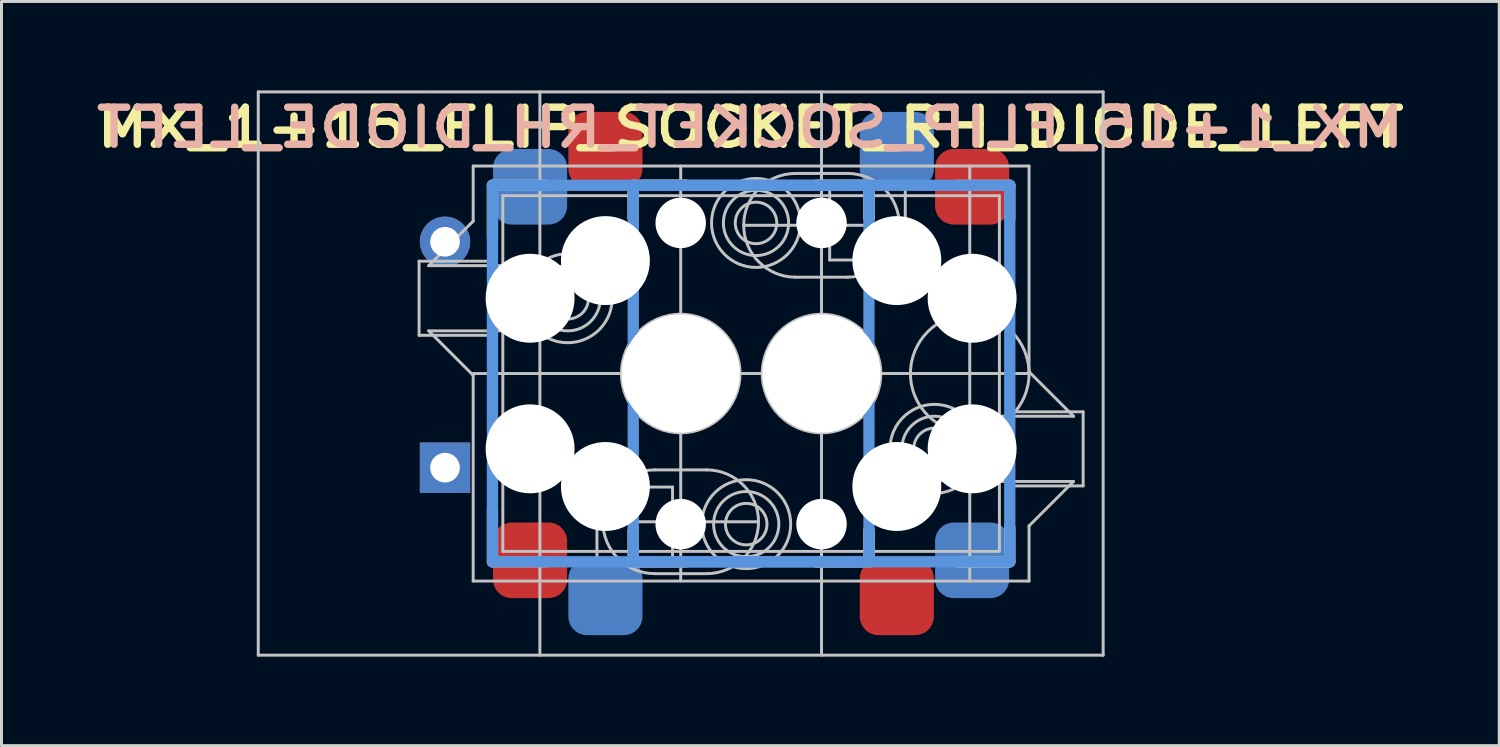
<source format=kicad_pcb>
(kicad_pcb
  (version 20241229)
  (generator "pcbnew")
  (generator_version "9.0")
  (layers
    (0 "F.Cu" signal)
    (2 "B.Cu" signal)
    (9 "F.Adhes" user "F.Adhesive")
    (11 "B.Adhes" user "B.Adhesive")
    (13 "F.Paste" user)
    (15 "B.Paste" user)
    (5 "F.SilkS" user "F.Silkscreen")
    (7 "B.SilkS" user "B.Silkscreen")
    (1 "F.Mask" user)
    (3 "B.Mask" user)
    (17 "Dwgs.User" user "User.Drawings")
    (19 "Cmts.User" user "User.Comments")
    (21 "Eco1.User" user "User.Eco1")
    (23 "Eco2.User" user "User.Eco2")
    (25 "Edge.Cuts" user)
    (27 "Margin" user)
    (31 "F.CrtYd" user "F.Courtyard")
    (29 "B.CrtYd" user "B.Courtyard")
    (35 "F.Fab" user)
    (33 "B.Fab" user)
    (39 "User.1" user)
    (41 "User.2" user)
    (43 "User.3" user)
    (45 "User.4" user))
  (footprint "MX_1+15_FLIP_SOCKET_RH_DIODE_LEFT"
    (layer "F.Cu")
    (at 19.911 9.55)
    (property "Reference" "MX_1+15_FLIP_SOCKET_RH_DIODE_LEFT" (at 2.35 -8.3 180) (layer "F.SilkS") (effects (font (size 1.25 1.5) (thickness 0.25))))
    (attr through_hole)
    (fp_line (start -6.35 -6.35) (end -4.572 -6.35) (stroke (width 0.381) (type solid)) (layer "F.SilkS"))
    (fp_line (start -6.35 -4.572) (end -6.35 -6.35) (stroke (width 0.381) (type solid)) (layer "F.SilkS"))
    (fp_line (start -1.6 -5.25) (end -1.6 -6.1) (stroke (width 0.381) (type solid)) (layer "F.SilkS"))
    (fp_line (start -1.6 6.35) (end -1.6 5.3) (stroke (width 0.381) (type solid)) (layer "F.SilkS"))
    (fp_line (start -1.25 -6.35) (end 0.178 -6.35) (stroke (width 0.381) (type solid)) (layer "F.SilkS"))
    (fp_line (start 0.178 6.35) (end -1.6 6.35) (stroke (width 0.381) (type solid)) (layer "F.SilkS"))
    (fp_line (start 4.572 -6.35) (end 6.35 -6.35) (stroke (width 0.381) (type solid)) (layer "F.SilkS"))
    (fp_line (start 6 6.35) (end 4.572 6.35) (stroke (width 0.381) (type solid)) (layer "F.SilkS"))
    (fp_line (start 6.35 -6.35) (end 6.35 -5.25) (stroke (width 0.381) (type solid)) (layer "F.SilkS"))
    (fp_line (start 6.35 5.3) (end 6.35 6.1) (stroke (width 0.381) (type solid)) (layer "F.SilkS"))
    (fp_line (start 11.1 5.2) (end 11.1 6.35) (stroke (width 0.381) (type solid)) (layer "F.SilkS"))
    (fp_line (start 11.1 6.35) (end 9.322 6.35) (stroke (width 0.381) (type solid)) (layer "F.SilkS"))
    (fp_line (start -6.35 6.35) (end -6.35 4.572) (stroke (width 0.381) (type solid)) (layer "B.SilkS"))
    (fp_line (start -4.572 6.35) (end -6.35 6.35) (stroke (width 0.381) (type solid)) (layer "B.SilkS"))
    (fp_line (start -1.6 -6.35) (end 0.178 -6.35) (stroke (width 0.381) (type solid)) (layer "B.SilkS"))
    (fp_line (start -1.6 -5.25) (end -1.6 -6.35) (stroke (width 0.381) (type solid)) (layer "B.SilkS"))
    (fp_line (start -1.6 6.1) (end -1.6 5.3) (stroke (width 0.381) (type solid)) (layer "B.SilkS"))
    (fp_line (start 0.178 6.35) (end -1.25 6.35) (stroke (width 0.381) (type solid)) (layer "B.SilkS"))
    (fp_line (start 4.572 -6.35) (end 6 -6.35) (stroke (width 0.381) (type solid)) (layer "B.SilkS"))
    (fp_line (start 6.35 -6.1) (end 6.35 -5.25) (stroke (width 0.381) (type solid)) (layer "B.SilkS"))
    (fp_line (start 6.35 5.3) (end 6.35 6.35) (stroke (width 0.381) (type solid)) (layer "B.SilkS"))
    (fp_line (start 6.35 6.35) (end 4.572 6.35) (stroke (width 0.381) (type solid)) (layer "B.SilkS"))
    (fp_line (start 9.322 -6.35) (end 11.1 -6.35) (stroke (width 0.381) (type solid)) (layer "B.SilkS"))
    (fp_line (start 11.1 -6.35) (end 11.1 -5.2) (stroke (width 0.381) (type solid)) (layer "B.SilkS"))
    (fp_line (start -14.25 -9.5) (end -14.25 9.5) (stroke (width 0.1) (type solid)) (layer "Dwgs.User"))
    (fp_line (start -14.25 9.5) (end 14.25 9.5) (stroke (width 0.1) (type solid)) (layer "Dwgs.User"))
    (fp_line (start -8.825 -3.79) (end -8.825 -1.29) (stroke (width 0.1) (type solid)) (layer "Dwgs.User"))
    (fp_line (start -8.825 -1.29) (end -6.275 -1.29) (stroke (width 0.1) (type solid)) (layer "Dwgs.User"))
    (fp_line (start -8.5 -3.64) (end -7 -5.14) (stroke (width 0.1) (type solid)) (layer "Dwgs.User"))
    (fp_line (start -8.5 -3.64) (end -6 -3.64) (stroke (width 0.1) (type solid)) (layer "Dwgs.User"))
    (fp_line (start -7 -5.14) (end -7 -7) (stroke (width 0.1) (type solid)) (layer "Dwgs.User"))
    (fp_line (start -7 0.06) (end -8.5 -1.44) (stroke (width 0.1) (type solid)) (layer "Dwgs.User"))
    (fp_line (start -7 7) (end -7 0.06) (stroke (width 0.1) (type solid)) (layer "Dwgs.User"))
    (fp_line (start -7 7) (end 11.75 7) (stroke (width 0.1) (type solid)) (layer "Dwgs.User"))
    (fp_line (start -6.275 -3.79) (end -8.825 -3.79) (stroke (width 0.1) (type solid)) (layer "Dwgs.User"))
    (fp_line (start -6.275 -1.29) (end -6.275 -3.79) (stroke (width 0.1) (type solid)) (layer "Dwgs.User"))
    (fp_line (start -6 -3.64) (end -6 -6) (stroke (width 0.1) (type solid)) (layer "Dwgs.User"))
    (fp_line (start -6 -1.44) (end -8.5 -1.44) (stroke (width 0.1) (type solid)) (layer "Dwgs.User"))
    (fp_line (start -6 6) (end -6 -1.44) (stroke (width 0.1) (type solid)) (layer "Dwgs.User"))
    (fp_line (start -4.75 -9.5) (end -4.75 9.5) (stroke (width 0.1) (type solid)) (layer "Dwgs.User"))
    (fp_line (start -2.825 3.83) (end -2.825 6.33) (stroke (width 0.1) (type solid)) (layer "Dwgs.User"))
    (fp_line (start -2.825 6.33) (end -0.275 6.33) (stroke (width 0.1) (type solid)) (layer "Dwgs.User"))
    (fp_line (start -0.275 3.83) (end -2.825 3.83) (stroke (width 0.1) (type solid)) (layer "Dwgs.User"))
    (fp_line (start -0.275 6.33) (end -0.275 3.83) (stroke (width 0.1) (type solid)) (layer "Dwgs.User"))
    (fp_line (start 0 7) (end 0 -7) (stroke (width 0.1) (type solid)) (layer "Dwgs.User"))
    (fp_line (start 0.875 3.25) (end -0.875 3.25) (stroke (width 0.1) (type solid)) (layer "Dwgs.User"))
    (fp_line (start 0.875 6.75) (end -0.875 6.75) (stroke (width 0.1) (type solid)) (layer "Dwgs.User"))
    (fp_line (start 2.125 -5) (end 7.375 -5) (stroke (width 0.1) (type solid)) (layer "Dwgs.User"))
    (fp_line (start 2.625 5) (end -2.625 5) (stroke (width 0.1) (type solid)) (layer "Dwgs.User"))
    (fp_line (start 3.875 -6.75) (end 5.625 -6.75) (stroke (width 0.1) (type solid)) (layer "Dwgs.User"))
    (fp_line (start 3.875 -3.25) (end 5.625 -3.25) (stroke (width 0.1) (type solid)) (layer "Dwgs.User"))
    (fp_line (start 4.75 -9.5) (end 4.75 9.5) (stroke (width 0.1) (type solid)) (layer "Dwgs.User"))
    (fp_line (start 4.75 7) (end 4.75 -7) (stroke (width 0.1) (type solid)) (layer "Dwgs.User"))
    (fp_line (start 5.025 -6.33) (end 5.025 -3.83) (stroke (width 0.1) (type solid)) (layer "Dwgs.User"))
    (fp_line (start 5.025 -3.83) (end 7.575 -3.83) (stroke (width 0.1) (type solid)) (layer "Dwgs.User"))
    (fp_line (start 7.575 -6.33) (end 5.025 -6.33) (stroke (width 0.1) (type solid)) (layer "Dwgs.User"))
    (fp_line (start 7.575 -3.83) (end 7.575 -6.33) (stroke (width 0.1) (type solid)) (layer "Dwgs.User"))
    (fp_line (start 9.75 -7) (end 9.75 7) (stroke (width 0.1) (type solid)) (layer "Dwgs.User"))
    (fp_line (start 10.75 -6) (end -6 -6) (stroke (width 0.1) (type solid)) (layer "Dwgs.User"))
    (fp_line (start 10.75 -6) (end 10.75 1.44) (stroke (width 0.1) (type solid)) (layer "Dwgs.User"))
    (fp_line (start 10.75 1.44) (end 13.25 1.44) (stroke (width 0.1) (type solid)) (layer "Dwgs.User"))
    (fp_line (start 10.75 3.64) (end 10.75 6) (stroke (width 0.1) (type solid)) (layer "Dwgs.User"))
    (fp_line (start 10.75 6) (end -6 6) (stroke (width 0.1) (type solid)) (layer "Dwgs.User"))
    (fp_line (start 11.025 1.29) (end 11.025 3.79) (stroke (width 0.1) (type solid)) (layer "Dwgs.User"))
    (fp_line (start 11.025 3.79) (end 13.575 3.79) (stroke (width 0.1) (type solid)) (layer "Dwgs.User"))
    (fp_line (start 11.75 -7) (end -7 -7) (stroke (width 0.1) (type solid)) (layer "Dwgs.User"))
    (fp_line (start 11.75 -7) (end 11.75 -0.06) (stroke (width 0.1) (type solid)) (layer "Dwgs.User"))
    (fp_line (start 11.75 -0.06) (end 13.25 1.44) (stroke (width 0.1) (type solid)) (layer "Dwgs.User"))
    (fp_line (start 11.75 0) (end -7 0) (stroke (width 0.1) (type solid)) (layer "Dwgs.User"))
    (fp_line (start 11.75 0) (end -4.75 0) (stroke (width 0.1) (type solid)) (layer "Dwgs.User"))
    (fp_line (start 11.75 5.14) (end 11.75 7) (stroke (width 0.1) (type solid)) (layer "Dwgs.User"))
    (fp_line (start 13.25 3.64) (end 10.75 3.64) (stroke (width 0.1) (type solid)) (layer "Dwgs.User"))
    (fp_line (start 13.25 3.64) (end 11.75 5.14) (stroke (width 0.1) (type solid)) (layer "Dwgs.User"))
    (fp_line (start 13.575 1.29) (end 11.025 1.29) (stroke (width 0.1) (type solid)) (layer "Dwgs.User"))
    (fp_line (start 13.575 3.79) (end 13.575 1.29) (stroke (width 0.1) (type solid)) (layer "Dwgs.User"))
    (fp_line (start 14.25 -9.5) (end -14.25 -9.5) (stroke (width 0.1) (type solid)) (layer "Dwgs.User"))
    (fp_line (start 14.25 9.5) (end 14.25 -9.5) (stroke (width 0.1) (type solid)) (layer "Dwgs.User"))
    (fp_arc (start -0.875 6.75) (mid -2.625 5) (end -0.875 3.25) (stroke (width 0.1) (type solid)) (layer "Dwgs.User"))
    (fp_arc (start 0.875 3.25) (mid 2.625 5) (end 0.875 6.75) (stroke (width 0.1) (type solid)) (layer "Dwgs.User"))
    (fp_arc (start 3.875 -3.25) (mid 2.125 -5) (end 3.875 -6.75) (stroke (width 0.1) (type solid)) (layer "Dwgs.User"))
    (fp_arc (start 5.625 -6.75) (mid 7.375 -5) (end 5.625 -3.25) (stroke (width 0.1) (type solid)) (layer "Dwgs.User"))
    (fp_circle (center -3.81 -2.54) (end -3.81 -1.84) (stroke (width 0.1) (type solid)) (fill no) (layer "Dwgs.User"))
    (fp_circle (center -3.81 -2.54) (end -3.81 -1.44) (stroke (width 0.1) (type solid)) (fill no) (layer "Dwgs.User"))
    (fp_circle (center -3.81 -2.54) (end -3.81 -1.04) (stroke (width 0.1) (type solid)) (fill no) (layer "Dwgs.User"))
    (fp_circle (center 0 0) (end 0 2) (stroke (width 0.1) (type solid)) (fill no) (layer "Dwgs.User"))
    (fp_circle (center 2.21 5.08) (end 2.21 5.78) (stroke (width 0.1) (type solid)) (fill no) (layer "Dwgs.User"))
    (fp_circle (center 2.21 5.08) (end 2.21 6.18) (stroke (width 0.1) (type solid)) (fill no) (layer "Dwgs.User"))
    (fp_circle (center 2.21 5.08) (end 2.21 6.58) (stroke (width 0.1) (type solid)) (fill no) (layer "Dwgs.User"))
    (fp_circle (center 2.54 -5.08) (end 2.54 -4.38) (stroke (width 0.1) (type solid)) (fill no) (layer "Dwgs.User"))
    (fp_circle (center 2.54 -5.08) (end 2.54 -3.98) (stroke (width 0.1) (type solid)) (fill no) (layer "Dwgs.User"))
    (fp_circle (center 2.54 -5.08) (end 2.54 -3.58) (stroke (width 0.1) (type solid)) (fill no) (layer "Dwgs.User"))
    (fp_circle (center 4.75 0) (end 4.75 2) (stroke (width 0.1) (type solid)) (fill no) (layer "Dwgs.User"))
    (fp_circle (center 8.56 2.54) (end 8.56 3.24) (stroke (width 0.1) (type solid)) (fill no) (layer "Dwgs.User"))
    (fp_circle (center 8.56 2.54) (end 8.56 3.64) (stroke (width 0.1) (type solid)) (fill no) (layer "Dwgs.User"))
    (fp_circle (center 8.56 2.54) (end 8.56 4.04) (stroke (width 0.1) (type solid)) (fill no) (layer "Dwgs.User"))
    (fp_circle (center 9.75 0) (end 9.75 2) (stroke (width 0.1) (type solid)) (fill no) (layer "Dwgs.User"))
    (fp_line (start -6.35 -6.35) (end 6.35 -6.35) (stroke (width 0.381) (type solid)) (layer "Cmts.User"))
    (fp_line (start -6.35 6.35) (end -6.35 -6.35) (stroke (width 0.381) (type solid)) (layer "Cmts.User"))
    (fp_line (start -1.6 -6.35) (end 11.1 -6.35) (stroke (width 0.381) (type solid)) (layer "Cmts.User"))
    (fp_line (start -1.6 6.35) (end -1.6 -6.35) (stroke (width 0.381) (type solid)) (layer "Cmts.User"))
    (fp_line (start 6.35 -6.35) (end 6.35 6.35) (stroke (width 0.381) (type solid)) (layer "Cmts.User"))
    (fp_line (start 6.35 6.35) (end -6.35 6.35) (stroke (width 0.381) (type solid)) (layer "Cmts.User"))
    (fp_line (start 11.1 -6.35) (end 11.1 6.35) (stroke (width 0.381) (type solid)) (layer "Cmts.User"))
    (fp_line (start 11.1 6.35) (end -1.6 6.35) (stroke (width 0.381) (type solid)) (layer "Cmts.User"))
    (fp_line (start -4.75 -9.5) (end 14.25 -9.5) (stroke (width 0.025) (type solid)) (layer "Eco2.User"))
    (fp_line (start -4.75 9.5) (end -4.75 -9.5) (stroke (width 0.025) (type solid)) (layer "Eco2.User"))
    (fp_line (start -2.25 -7) (end 11.75 -7) (stroke (width 0.025) (type solid)) (layer "Eco2.User"))
    (fp_line (start -2.25 7) (end -2.25 -7) (stroke (width 0.025) (type solid)) (layer "Eco2.User"))
    (fp_line (start -2.25 7) (end 11.75 7) (stroke (width 0.025) (type solid)) (layer "Eco2.User"))
    (fp_line (start 11.75 -7) (end 11.75 7) (stroke (width 0.025) (type solid)) (layer "Eco2.User"))
    (fp_line (start 14.25 -9.5) (end 14.25 9.5) (stroke (width 0.025) (type solid)) (layer "Eco2.User"))
    (fp_line (start 14.25 9.5) (end -4.75 9.5) (stroke (width 0.025) (type solid)) (layer "Eco2.User"))
    (fp_text user "${REFERENCE}" (at 2.35 -8.3 0) (layer "B.SilkS") (effects (font (size 1.25 1.5) (thickness 0.25)) (justify mirror)))
    (pad "" np_thru_hole circle (at -5.08 -2.54 90) (size 3 3) (drill 3) (layers "*.Cu" "*.Mask"))
    (pad "" np_thru_hole circle (at -5.08 2.54 90) (size 3 3) (drill 3) (layers "*.Cu" "*.Mask"))
    (pad "" np_thru_hole circle (at -2.54 -3.81 90) (size 3 3) (drill 3) (layers "*.Cu" "*.Mask"))
    (pad "" np_thru_hole circle (at -2.54 3.81 90) (size 3 3) (drill 3) (layers "*.Cu" "*.Mask"))
    (pad "" np_thru_hole circle (at 0 -5.08 90) (size 1.702 1.702) (drill 1.702) (layers "*.Cu" "*.Mask"))
    (pad "" np_thru_hole circle (at 0 0 90) (size 3.988 3.988) (drill 3.988) (layers "*.Cu" "*.Mask"))
    (pad "" np_thru_hole circle (at 0 5.08 90) (size 1.702 1.702) (drill 1.702) (layers "*.Cu" "*.Mask"))
    (pad "" np_thru_hole circle (at 4.75 -5.08 270) (size 1.702 1.702) (drill 1.702) (layers "*.Cu" "*.Mask"))
    (pad "" np_thru_hole circle (at 4.75 0 270) (size 3.988 3.988) (drill 3.988) (layers "*.Cu" "*.Mask"))
    (pad "" np_thru_hole circle (at 4.75 5.08 270) (size 1.702 1.702) (drill 1.702) (layers "*.Cu" "*.Mask"))
    (pad "" np_thru_hole circle (at 7.29 -3.81 270) (size 3 3) (drill 3) (layers "*.Cu" "*.Mask"))
    (pad "" np_thru_hole circle (at 7.29 3.81 270) (size 3 3) (drill 3) (layers "*.Cu" "*.Mask"))
    (pad "" np_thru_hole circle (at 9.83 -2.54 270) (size 3 3) (drill 3) (layers "*.Cu" "*.Mask"))
    (pad "" np_thru_hole circle (at 9.83 2.54 270) (size 3 3) (drill 3) (layers "*.Cu" "*.Mask"))
    (pad "1" smd roundrect (at -5.08 6.3 90) (size 2.55 2.5) (layers "F.Cu" "F.Mask" "F.Paste") (roundrect_rratio 0.25))
    (pad "1" smd roundrect (at -2.54 7.55 90) (size 2.55 2.5) (layers "B.Cu" "B.Mask" "B.Paste") (roundrect_rratio 0.25))
    (pad "1" smd roundrect (at 7.29 7.55 270) (size 2.55 2.5) (layers "F.Cu" "F.Mask" "F.Paste") (roundrect_rratio 0.25))
    (pad "1" smd roundrect (at 9.83 6.3 270) (size 2.55 2.5) (layers "B.Cu" "B.Mask" "B.Paste") (roundrect_rratio 0.25))
    (pad "2" smd roundrect (at -5.08 -6.3 90) (size 2.55 2.5) (layers "B.Cu" "B.Mask" "B.Paste") (roundrect_rratio 0.25))
    (pad "2" smd roundrect (at -2.54 -7.55 90) (size 2.55 2.5) (layers "F.Cu" "F.Mask" "F.Paste") (roundrect_rratio 0.25))
    (pad "2" smd roundrect (at 7.29 -7.55 270) (size 2.55 2.5) (layers "B.Cu" "B.Mask" "B.Paste") (roundrect_rratio 0.25))
    (pad "2" smd roundrect (at 9.83 -6.3 270) (size 2.55 2.5) (layers "F.Cu" "F.Mask" "F.Paste") (roundrect_rratio 0.25))
    (pad "3" thru_hole circle (at -7.95 -4.445 270) (size 1.7 1.7) (drill 1) (layers "*.Cu" "*.Mask"))
    (pad "4" thru_hole rect (at -7.95 3.175 270) (size 1.7 1.7) (drill 1) (layers "*.Cu" "*.Mask")))
  (gr_rect
    (start -3 -3)
    (end 47.521 22.1)
    (stroke (width 0.1) (type default))
    (fill no)
    (layer "Edge.Cuts")))
</source>
